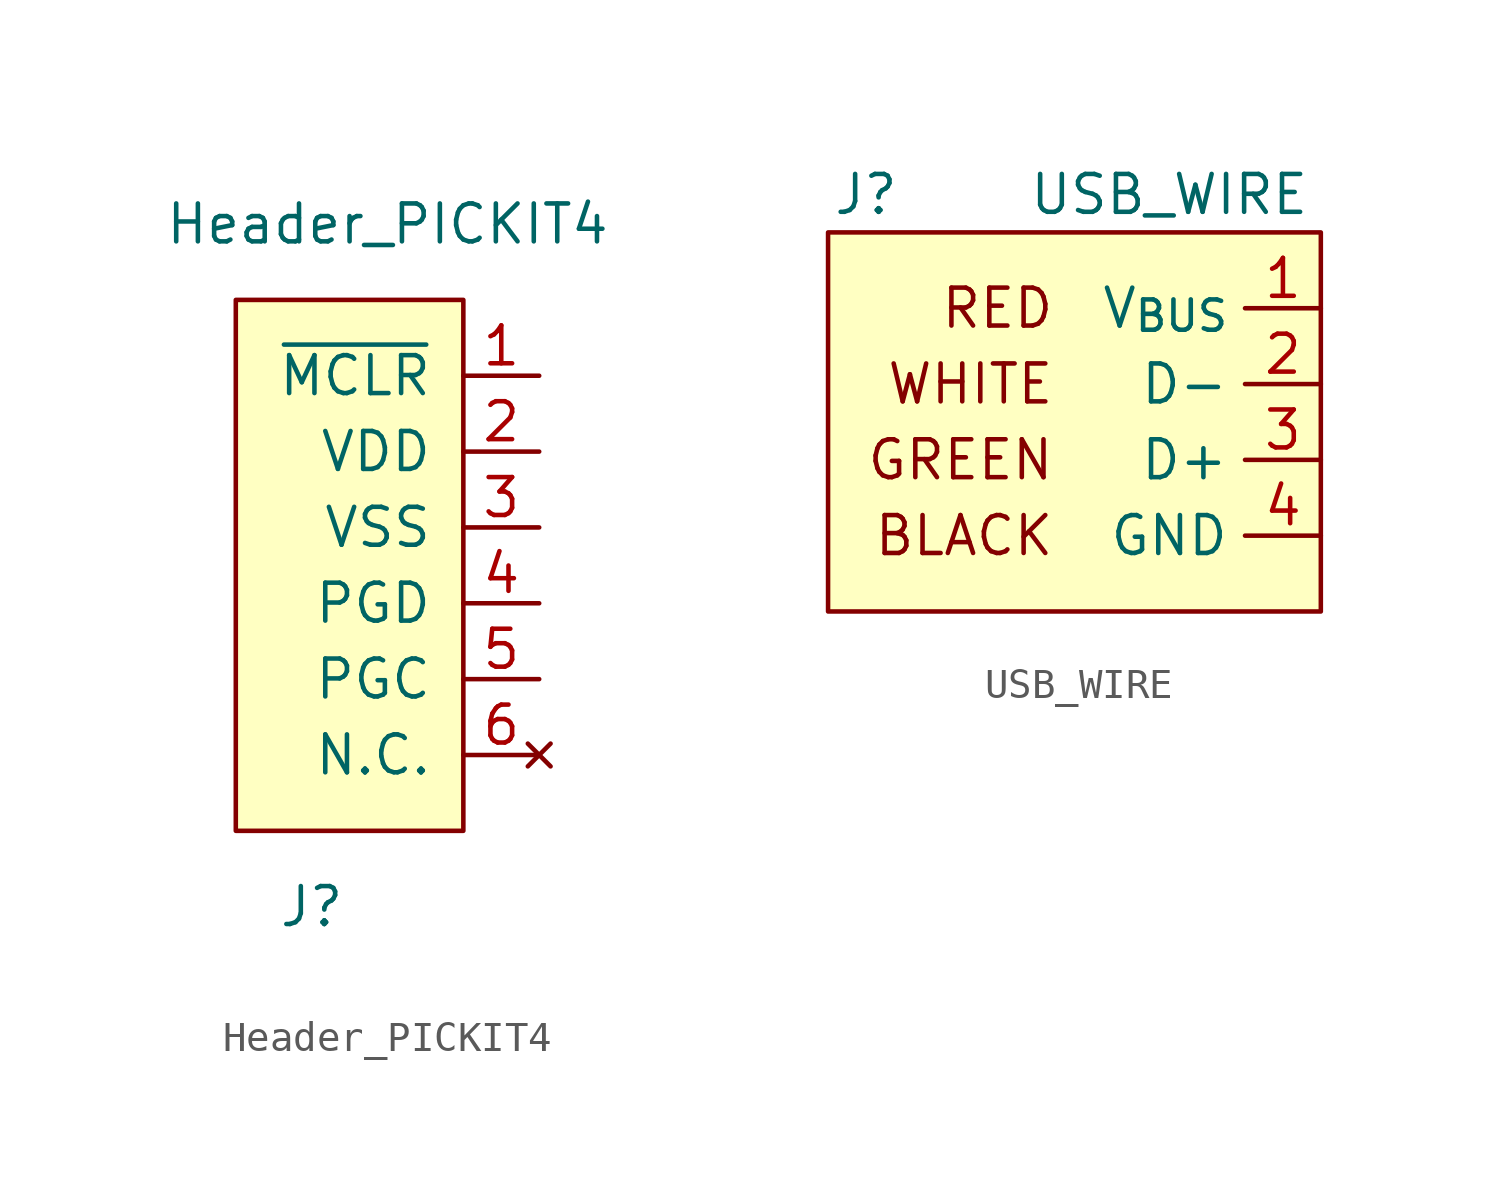
<source format=kicad_sym>
(kicad_symbol_lib
  (version 20211014)
  (generator kicad_symbol_editor)
  (symbol "Header_PICKIT4"
    (pin_names
      (offset 1.016))
    (property "Reference" "J"
      (at 0 -12.7 0)
      (effects (font (size 1.27 1.27))))
    (property "Value" "Header_PICKIT4"
      (at 2.54 10.16 0)
      (effects (font (size 1.27 1.27))))
    (symbol "Header_PICKIT4_0_0"
      (pin input line (at 7.62 5.08 180) (length 2.54) (name "~{MCLR}" (effects (font (size 1.27 1.27)))) (number "1" (effects (font (size 1.27 1.27)))))
      (pin input line (at 7.62 2.54 180) (length 2.54) (name "VDD" (effects (font (size 1.27 1.27)))) (number "2" (effects (font (size 1.27 1.27)))))
      (pin input line (at 7.62 0 180) (length 2.54) (name "VSS" (effects (font (size 1.27 1.27)))) (number "3" (effects (font (size 1.27 1.27)))))
      (pin input line (at 7.62 -2.54 180) (length 2.54) (name "PGD" (effects (font (size 1.27 1.27)))) (number "4" (effects (font (size 1.27 1.27)))))
      (pin input line (at 7.62 -5.08 180) (length 2.54) (name "PGC" (effects (font (size 1.27 1.27)))) (number "5" (effects (font (size 1.27 1.27)))))
      (pin no_connect line (at 7.62 -7.62 180) (length 2.54) (name "N.C." (effects (font (size 1.27 1.27)))) (number "6" (effects (font (size 1.27 1.27))))))
    (symbol "Header_PICKIT4_0_1"
      (rectangle (start 5.08 7.62) (end -2.54 -10.16) (stroke (width 0) (type default) (color 0 0 0 0)) (fill (type background)))))
  (symbol "USB_WIRE"
    (property "Reference" "J"
      (at -6.35 8.89 0)
      (effects (font (size 1.27 1.27))))
    (property "Value" "USB_WIRE"
      (at 3.81 8.89 0)
      (effects (font (size 1.27 1.27))))
    (symbol "USB_WIRE_0_0"
      (rectangle (start -7.62 -5.08) (end 8.89 7.62) (stroke (width 0.152) (type default) (color 0 0 0 0)) (fill (type background)))
      (text "BLACK" (at 0 -2.54 0) (effects (font (size 1.27 1.27)) (justify right)))
      (text "GREEN" (at 0 0 0) (effects (font (size 1.27 1.27)) (justify right)))
      (text "RED" (at 0 5.08 0) (effects (font (size 1.27 1.27)) (justify right)))
      (text "WHITE" (at 0 2.54 0) (effects (font (size 1.27 1.27)) (justify right))))
    (symbol "USB_WIRE_1_1"
      (pin input line (at 8.89 5.08 180) (length 2.54) (name "V_{BUS}" (effects (font (size 1.27 1.27)))) (number "1" (effects (font (size 1.27 1.27)))))
      (pin input line (at 8.89 2.54 180) (length 2.54) (name "D-" (effects (font (size 1.27 1.27)))) (number "2" (effects (font (size 1.27 1.27)))))
      (pin input line (at 8.89 0 180) (length 2.54) (name "D+" (effects (font (size 1.27 1.27)))) (number "3" (effects (font (size 1.27 1.27)))))
      (pin input line (at 8.89 -2.54 180) (length 2.54) (name "GND" (effects (font (size 1.27 1.27)))) (number "4" (effects (font (size 1.27 1.27))))))))
</source>
